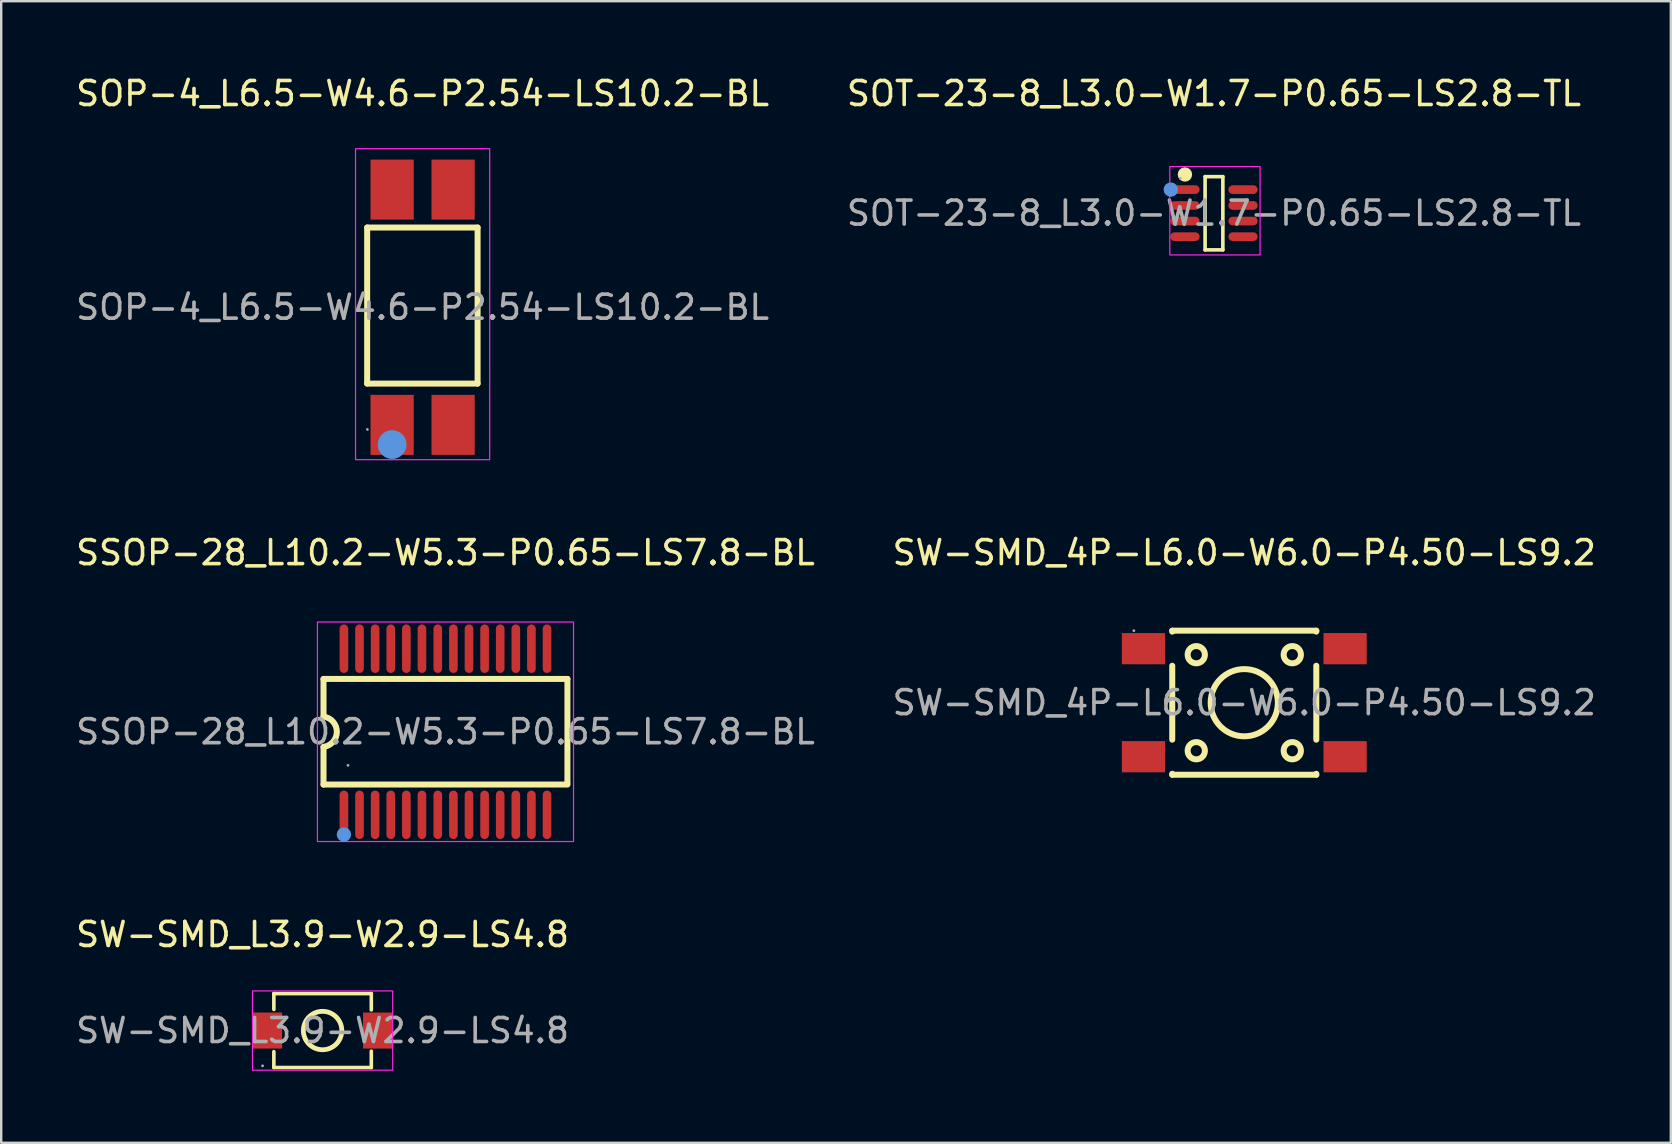
<source format=kicad_pcb>
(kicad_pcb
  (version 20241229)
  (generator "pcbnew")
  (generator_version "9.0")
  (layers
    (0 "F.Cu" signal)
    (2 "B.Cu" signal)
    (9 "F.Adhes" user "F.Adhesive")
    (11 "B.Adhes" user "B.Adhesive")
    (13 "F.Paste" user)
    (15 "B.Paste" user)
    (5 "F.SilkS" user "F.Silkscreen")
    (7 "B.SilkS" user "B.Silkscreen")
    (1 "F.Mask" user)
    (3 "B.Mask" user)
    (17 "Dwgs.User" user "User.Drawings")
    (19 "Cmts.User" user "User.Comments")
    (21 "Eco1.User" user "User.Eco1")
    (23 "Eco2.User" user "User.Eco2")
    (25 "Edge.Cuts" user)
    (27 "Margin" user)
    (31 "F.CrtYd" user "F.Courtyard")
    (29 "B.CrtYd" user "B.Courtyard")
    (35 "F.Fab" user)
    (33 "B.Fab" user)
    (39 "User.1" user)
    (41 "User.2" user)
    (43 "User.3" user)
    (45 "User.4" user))
  (footprint "SSOP-28_L10.2-W5.3-P0.65-LS7.8-BL"
    (layer "F.Cu")
    (at 15.506 27.431)
    (property "Reference" "SSOP-28_L10.2-W5.3-P0.65-LS7.8-BL" (at 0 -7.46 0) (layer "F.SilkS") (effects (font (size 1 1) (thickness 0.15))))
    (attr smd)
    (fp_line (start -5.08 -2.2) (end 5.08 -2.2) (stroke (width 0.25) (type solid)) (layer "F.SilkS"))
    (fp_line (start -5.08 -0.63) (end -5.08 -2.2) (stroke (width 0.25) (type solid)) (layer "F.SilkS"))
    (fp_line (start -5.08 0.64) (end -5.08 2.2) (stroke (width 0.25) (type solid)) (layer "F.SilkS"))
    (fp_line (start -5.08 2.2) (end 5.08 2.2) (stroke (width 0.25) (type solid)) (layer "F.SilkS"))
    (fp_line (start 5.08 -2.2) (end 5.08 2.16) (stroke (width 0.25) (type solid)) (layer "F.SilkS"))
    (fp_arc (start -5.08 -0.63) (mid -4.524941 0.000797) (end -5.081582 0.630199) (stroke (width 0.25) (type solid)) (layer "F.SilkS"))
    (fp_circle (center -4.23 4.28) (end -4.08 4.28) (stroke (width 0.3) (type solid)) (fill no) (layer "Cmts.User"))
    (fp_rect (start -5.334 -4.572) (end 5.334 4.572) (stroke (width 0.05) (type default)) (fill no) (layer "F.CrtYd"))
    (fp_circle (center -4.06 1.4) (end -4.03 1.4) (stroke (width 0.06) (type solid)) (fill no) (layer "F.Fab"))
    (fp_text user "${REFERENCE}" (at 0 0 0) (layer "F.Fab") (effects (font (size 1 1) (thickness 0.15))))
    (pad "1" smd oval (at -4.23 3.46) (size 0.36 2.02) (layers "F.Cu" "F.Mask" "F.Paste"))
    (pad "2" smd oval (at -3.58 3.46) (size 0.36 2.02) (layers "F.Cu" "F.Mask" "F.Paste"))
    (pad "3" smd oval (at -2.93 3.46) (size 0.36 2.02) (layers "F.Cu" "F.Mask" "F.Paste"))
    (pad "4" smd oval (at -2.28 3.46) (size 0.36 2.02) (layers "F.Cu" "F.Mask" "F.Paste"))
    (pad "5" smd oval (at -1.63 3.46) (size 0.36 2.02) (layers "F.Cu" "F.Mask" "F.Paste"))
    (pad "6" smd oval (at -0.98 3.46) (size 0.36 2.02) (layers "F.Cu" "F.Mask" "F.Paste"))
    (pad "7" smd oval (at -0.32 3.46) (size 0.36 2.02) (layers "F.Cu" "F.Mask" "F.Paste"))
    (pad "8" smd oval (at 0.33 3.46) (size 0.36 2.02) (layers "F.Cu" "F.Mask" "F.Paste"))
    (pad "9" smd oval (at 0.98 3.46) (size 0.36 2.02) (layers "F.Cu" "F.Mask" "F.Paste"))
    (pad "10" smd oval (at 1.63 3.46) (size 0.36 2.02) (layers "F.Cu" "F.Mask" "F.Paste"))
    (pad "11" smd oval (at 2.28 3.46) (size 0.36 2.02) (layers "F.Cu" "F.Mask" "F.Paste"))
    (pad "12" smd oval (at 2.93 3.46) (size 0.36 2.02) (layers "F.Cu" "F.Mask" "F.Paste"))
    (pad "13" smd oval (at 3.58 3.46) (size 0.36 2.02) (layers "F.Cu" "F.Mask" "F.Paste"))
    (pad "14" smd oval (at 4.23 3.46) (size 0.36 2.02) (layers "F.Cu" "F.Mask" "F.Paste"))
    (pad "15" smd oval (at 4.23 -3.46) (size 0.36 2.02) (layers "F.Cu" "F.Mask" "F.Paste"))
    (pad "16" smd oval (at 3.58 -3.46) (size 0.36 2.02) (layers "F.Cu" "F.Mask" "F.Paste"))
    (pad "17" smd oval (at 2.93 -3.46) (size 0.36 2.02) (layers "F.Cu" "F.Mask" "F.Paste"))
    (pad "18" smd oval (at 2.28 -3.46) (size 0.36 2.02) (layers "F.Cu" "F.Mask" "F.Paste"))
    (pad "19" smd oval (at 1.63 -3.46) (size 0.36 2.02) (layers "F.Cu" "F.Mask" "F.Paste"))
    (pad "20" smd oval (at 0.98 -3.46) (size 0.36 2.02) (layers "F.Cu" "F.Mask" "F.Paste"))
    (pad "21" smd oval (at 0.33 -3.46) (size 0.36 2.02) (layers "F.Cu" "F.Mask" "F.Paste"))
    (pad "22" smd oval (at -0.32 -3.46) (size 0.36 2.02) (layers "F.Cu" "F.Mask" "F.Paste"))
    (pad "23" smd oval (at -0.98 -3.46) (size 0.36 2.02) (layers "F.Cu" "F.Mask" "F.Paste"))
    (pad "24" smd oval (at -1.63 -3.46) (size 0.36 2.02) (layers "F.Cu" "F.Mask" "F.Paste"))
    (pad "25" smd oval (at -2.28 -3.46) (size 0.36 2.02) (layers "F.Cu" "F.Mask" "F.Paste"))
    (pad "26" smd oval (at -2.93 -3.46) (size 0.36 2.02) (layers "F.Cu" "F.Mask" "F.Paste"))
    (pad "27" smd oval (at -3.58 -3.46) (size 0.36 2.02) (layers "F.Cu" "F.Mask" "F.Paste"))
    (pad "28" smd oval (at -4.23 -3.46) (size 0.36 2.02) (layers "F.Cu" "F.Mask" "F.Paste")))
  (footprint "SW-SMD_4P-L6.0-W6.0-P4.50-LS9.2"
    (layer "F.Cu")
    (at 48.78 26.221)
    (property "Reference" "SW-SMD_4P-L6.0-W6.0-P4.50-LS9.2" (at 0 -6.25 0) (layer "F.SilkS") (effects (font (size 1 1) (thickness 0.15))))
    (attr smd)
    (fp_line (start -3 -3) (end -3 -2.96) (stroke (width 0.25) (type solid)) (layer "F.SilkS"))
    (fp_line (start -3 -3) (end 3 -3) (stroke (width 0.25) (type solid)) (layer "F.SilkS"))
    (fp_line (start -3 -1.54) (end -3 1.54) (stroke (width 0.25) (type solid)) (layer "F.SilkS"))
    (fp_line (start -3 2.96) (end -3 3) (stroke (width 0.25) (type solid)) (layer "F.SilkS"))
    (fp_line (start 3 -3) (end 3 -2.96) (stroke (width 0.25) (type solid)) (layer "F.SilkS"))
    (fp_line (start 3 -1.54) (end 3 1.54) (stroke (width 0.25) (type solid)) (layer "F.SilkS"))
    (fp_line (start 3 2.96) (end 3 3) (stroke (width 0.25) (type solid)) (layer "F.SilkS"))
    (fp_line (start 3 3) (end -3 3) (stroke (width 0.25) (type solid)) (layer "F.SilkS"))
    (fp_circle (center -2 -2) (end -1.64 -2) (stroke (width 0.25) (type solid)) (fill no) (layer "F.SilkS"))
    (fp_circle (center -2 2) (end -1.64 2) (stroke (width 0.25) (type solid)) (fill no) (layer "F.SilkS"))
    (fp_circle (center 0 0) (end 1.4 0) (stroke (width 0.25) (type solid)) (fill no) (layer "F.SilkS"))
    (fp_circle (center 2 -2) (end 2.36 -2) (stroke (width 0.25) (type solid)) (fill no) (layer "F.SilkS"))
    (fp_circle (center 2 2) (end 2.36 2) (stroke (width 0.25) (type solid)) (fill no) (layer "F.SilkS"))
    (fp_circle (center -4.6 -3) (end -4.57 -3) (stroke (width 0.06) (type solid)) (fill no) (layer "F.Fab"))
    (fp_text user "${REFERENCE}" (at 0 0 0) (layer "F.Fab") (effects (font (size 1 1) (thickness 0.15))))
    (pad "1" smd rect (at -4.2 -2.25) (size 1.8 1.3) (layers "F.Cu" "F.Mask" "F.Paste"))
    (pad "2" smd rect (at 4.2 -2.25) (size 1.8 1.3) (layers "F.Cu" "F.Mask" "F.Paste"))
    (pad "3" smd rect (at -4.2 2.25) (size 1.8 1.3) (layers "F.Cu" "F.Mask" "F.Paste"))
    (pad "4" smd rect (at 4.2 2.25) (size 1.8 1.3) (layers "F.Cu" "F.Mask" "F.Paste")))
  (footprint "SW-SMD_L3.9-W2.9-LS4.8"
    (layer "F.Cu")
    (at 10.387 39.877)
    (property "Reference" "SW-SMD_L3.9-W2.9-LS4.8" (at 0 -4 0) (layer "F.SilkS") (effects (font (size 1 1) (thickness 0.15))))
    (attr smd)
    (fp_line (start -2.03 -1.54) (end -2.03 -0.88) (stroke (width 0.15) (type solid)) (layer "F.SilkS"))
    (fp_line (start -2.03 1.54) (end -2.03 0.88) (stroke (width 0.15) (type solid)) (layer "F.SilkS"))
    (fp_line (start 2.03 -1.54) (end -2.03 -1.54) (stroke (width 0.15) (type solid)) (layer "F.SilkS"))
    (fp_line (start 2.03 -0.86) (end 2.03 -1.54) (stroke (width 0.15) (type solid)) (layer "F.SilkS"))
    (fp_line (start 2.03 1.54) (end -2.03 1.54) (stroke (width 0.15) (type solid)) (layer "F.SilkS"))
    (fp_line (start 2.03 1.54) (end 2.03 0.86) (stroke (width 0.15) (type solid)) (layer "F.SilkS"))
    (fp_circle (center 0 0) (end 0.8 0) (stroke (width 0.2) (type solid)) (fill no) (layer "F.SilkS"))
    (fp_rect (start -2.921 -1.651) (end 2.921 1.651) (stroke (width 0.05) (type default)) (fill no) (layer "F.CrtYd"))
    (fp_circle (center -2.5 1.47) (end -2.47 1.47) (stroke (width 0.06) (type solid)) (fill no) (layer "F.Fab"))
    (fp_text user "${REFERENCE}" (at 0 0 0) (layer "F.Fab") (effects (font (size 1 1) (thickness 0.15))))
    (pad "1" smd rect (at -2.3 0) (size 1.23 1.5) (layers "F.Cu" "F.Mask" "F.Paste"))
    (pad "2" smd rect (at 2.3 0) (size 1.23 1.5) (layers "F.Cu" "F.Mask" "F.Paste")))
  (footprint "SOP-4_L6.5-W4.6-P2.54-LS10.2-BL"
    (layer "F.Cu")
    (at 14.554 9.748)
    (property "Reference" "SOP-4_L6.5-W4.6-P2.54-LS10.2-BL" (at 0 -8.9 0) (layer "F.SilkS") (effects (font (size 1 1) (thickness 0.15))))
    (attr smd)
    (fp_line (start -2.31 -3.32) (end 2.29 -3.32) (stroke (width 0.25) (type solid)) (layer "F.SilkS"))
    (fp_line (start -2.31 3.18) (end -2.31 -3.32) (stroke (width 0.25) (type solid)) (layer "F.SilkS"))
    (fp_line (start 2.29 -3.32) (end 2.29 3.18) (stroke (width 0.25) (type solid)) (layer "F.SilkS"))
    (fp_line (start 2.29 3.18) (end -2.31 3.18) (stroke (width 0.25) (type solid)) (layer "F.SilkS"))
    (fp_circle (center -1.27 5.72) (end -0.97 5.72) (stroke (width 0.6) (type solid)) (fill no) (layer "Cmts.User"))
    (fp_rect (start -2.794 -6.604) (end 2.794 6.35) (stroke (width 0.05) (type default)) (fill no) (layer "F.CrtYd"))
    (fp_circle (center -2.3 5.09) (end -2.27 5.09) (stroke (width 0.06) (type solid)) (fill no) (layer "F.Fab"))
    (fp_text user "${REFERENCE}" (at 0 0 0) (layer "F.Fab") (effects (font (size 1 1) (thickness 0.15))))
    (pad "1" smd rect (at -1.27 4.9) (size 1.8 2.5) (layers "F.Cu" "F.Mask" "F.Paste"))
    (pad "2" smd rect (at 1.27 4.9) (size 1.8 2.5) (layers "F.Cu" "F.Mask" "F.Paste"))
    (pad "3" smd rect (at 1.27 -4.9) (size 1.8 2.5) (layers "F.Cu" "F.Mask" "F.Paste"))
    (pad "4" smd rect (at -1.27 -4.9) (size 1.8 2.5) (layers "F.Cu" "F.Mask" "F.Paste")))
  (footprint "SOT-23-8_L3.0-W1.7-P0.65-LS2.8-TL"
    (layer "F.Cu")
    (at 47.518 5.828)
    (property "Reference" "SOT-23-8_L3.0-W1.7-P0.65-LS2.8-TL" (at 0 -4.98 0) (layer "F.SilkS") (effects (font (size 1 1) (thickness 0.15))))
    (attr smd)
    (fp_line (start -0.37 -1.52) (end 0.37 -1.52) (stroke (width 0.15) (type solid)) (layer "F.SilkS"))
    (fp_line (start -0.37 1.53) (end -0.37 -1.52) (stroke (width 0.15) (type solid)) (layer "F.SilkS"))
    (fp_line (start 0.37 -1.52) (end 0.37 1.53) (stroke (width 0.15) (type solid)) (layer "F.SilkS"))
    (fp_line (start 0.37 1.53) (end -0.37 1.53) (stroke (width 0.15) (type solid)) (layer "F.SilkS"))
    (fp_circle (center -1.21 -1.61) (end -1.06 -1.61) (stroke (width 0.3) (type solid)) (fill no) (layer "F.SilkS"))
    (fp_circle (center -1.8 -0.98) (end -1.65 -0.98) (stroke (width 0.3) (type solid)) (fill no) (layer "Cmts.User"))
    (fp_rect (start -1.84 -1.94) (end 1.92 1.74) (stroke (width 0.05) (type default)) (fill no) (layer "F.CrtYd"))
    (fp_circle (center -1.4 -1.45) (end -1.37 -1.45) (stroke (width 0.06) (type solid)) (fill no) (layer "F.Fab"))
    (fp_text user "${REFERENCE}" (at 0 0 0) (layer "F.Fab") (effects (font (size 1 1) (thickness 0.15))))
    (pad "1" smd oval (at -1.21 -0.98 270) (size 0.36 1.22) (layers "F.Cu" "F.Mask" "F.Paste"))
    (pad "2" smd oval (at -1.21 -0.32 270) (size 0.36 1.22) (layers "F.Cu" "F.Mask" "F.Paste"))
    (pad "3" smd oval (at -1.21 0.33 270) (size 0.36 1.22) (layers "F.Cu" "F.Mask" "F.Paste"))
    (pad "4" smd oval (at -1.21 0.98 270) (size 0.36 1.22) (layers "F.Cu" "F.Mask" "F.Paste"))
    (pad "5" smd oval (at 1.21 0.98 270) (size 0.36 1.22) (layers "F.Cu" "F.Mask" "F.Paste"))
    (pad "6" smd oval (at 1.21 0.33 270) (size 0.36 1.22) (layers "F.Cu" "F.Mask" "F.Paste"))
    (pad "7" smd oval (at 1.21 -0.32 270) (size 0.36 1.22) (layers "F.Cu" "F.Mask" "F.Paste"))
    (pad "8" smd oval (at 1.21 -0.98 270) (size 0.36 1.22) (layers "F.Cu" "F.Mask" "F.Paste")))
  (gr_rect
    (start -3 -3)
    (end 66.548 44.553)
    (stroke (width 0.1) (type default))
    (fill no)
    (layer "Edge.Cuts")))
</source>
